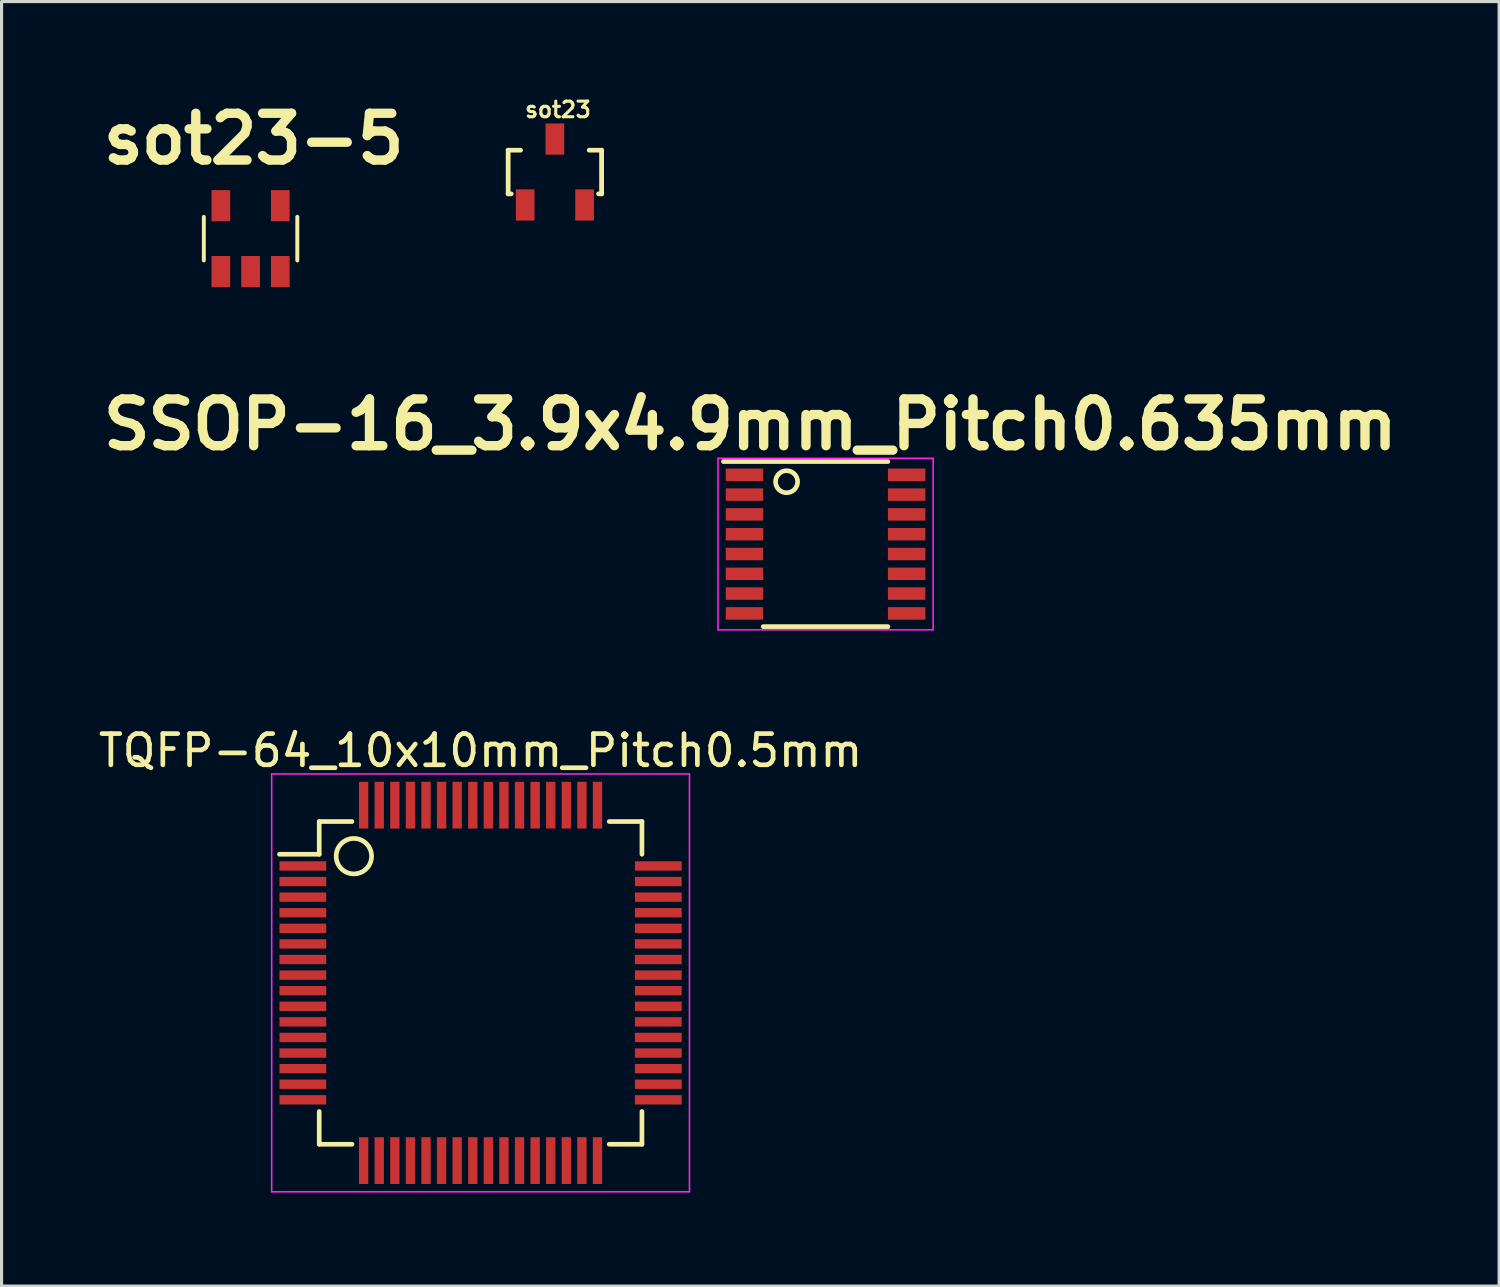
<source format=kicad_pcb>
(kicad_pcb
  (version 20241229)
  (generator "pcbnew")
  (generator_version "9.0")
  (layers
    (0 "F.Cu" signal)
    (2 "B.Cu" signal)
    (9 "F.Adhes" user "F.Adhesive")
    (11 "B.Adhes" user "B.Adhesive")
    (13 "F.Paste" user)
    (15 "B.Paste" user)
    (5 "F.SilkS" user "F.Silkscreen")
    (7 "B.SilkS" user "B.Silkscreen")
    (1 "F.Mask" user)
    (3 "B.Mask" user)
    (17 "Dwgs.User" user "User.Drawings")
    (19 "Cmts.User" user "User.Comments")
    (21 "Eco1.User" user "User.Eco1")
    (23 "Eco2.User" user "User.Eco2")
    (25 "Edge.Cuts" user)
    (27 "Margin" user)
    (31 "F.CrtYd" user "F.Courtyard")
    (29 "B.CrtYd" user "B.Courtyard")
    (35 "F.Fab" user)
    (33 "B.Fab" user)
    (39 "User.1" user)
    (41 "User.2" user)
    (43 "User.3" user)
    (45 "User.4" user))
  (footprint "TQFP-64_10x10mm_Pitch0.5mm"
    (layer "F.Cu")
    (at 12.363 28.473)
    (property "Reference" "TQFP-64_10x10mm_Pitch0.5mm" (at 0 -7.45 0) (layer "F.SilkS") (effects (font (size 1 1) (thickness 0.15))))
    (attr smd)
    (fp_line (start -5.175 -5.175) (end -5.175 -4.125) (stroke (width 0.15) (type solid)) (layer "F.SilkS"))
    (fp_line (start -5.175 -5.175) (end -4.125 -5.175) (stroke (width 0.15) (type solid)) (layer "F.SilkS"))
    (fp_line (start -5.175 -4.125) (end -6.45 -4.125) (stroke (width 0.15) (type solid)) (layer "F.SilkS"))
    (fp_line (start -5.175 5.175) (end -5.175 4.125) (stroke (width 0.15) (type solid)) (layer "F.SilkS"))
    (fp_line (start -5.175 5.175) (end -4.125 5.175) (stroke (width 0.15) (type solid)) (layer "F.SilkS"))
    (fp_line (start 5.175 -5.175) (end 4.125 -5.175) (stroke (width 0.15) (type solid)) (layer "F.SilkS"))
    (fp_line (start 5.175 -5.175) (end 5.175 -4.125) (stroke (width 0.15) (type solid)) (layer "F.SilkS"))
    (fp_line (start 5.175 5.175) (end 4.125 5.175) (stroke (width 0.15) (type solid)) (layer "F.SilkS"))
    (fp_line (start 5.175 5.175) (end 5.175 4.125) (stroke (width 0.15) (type solid)) (layer "F.SilkS"))
    (fp_circle (center -4.064 -4.064) (end -3.556 -3.81) (stroke (width 0.15) (type solid)) (fill no) (layer "F.SilkS"))
    (fp_line (start -6.7 -6.7) (end -6.7 6.7) (stroke (width 0.05) (type solid)) (layer "F.CrtYd"))
    (fp_line (start -6.7 -6.7) (end 6.7 -6.7) (stroke (width 0.05) (type solid)) (layer "F.CrtYd"))
    (fp_line (start -6.7 6.7) (end 6.7 6.7) (stroke (width 0.05) (type solid)) (layer "F.CrtYd"))
    (fp_line (start 6.7 -6.7) (end 6.7 6.7) (stroke (width 0.05) (type solid)) (layer "F.CrtYd"))
    (pad "1" smd rect (at -5.7 -3.75) (size 1.5 0.3) (layers "F.Cu" "F.Mask" "F.Paste"))
    (pad "2" smd rect (at -5.7 -3.25) (size 1.5 0.3) (layers "F.Cu" "F.Mask" "F.Paste"))
    (pad "3" smd rect (at -5.7 -2.75) (size 1.5 0.3) (layers "F.Cu" "F.Mask" "F.Paste"))
    (pad "4" smd rect (at -5.7 -2.25) (size 1.5 0.3) (layers "F.Cu" "F.Mask" "F.Paste"))
    (pad "5" smd rect (at -5.7 -1.75) (size 1.5 0.3) (layers "F.Cu" "F.Mask" "F.Paste"))
    (pad "6" smd rect (at -5.7 -1.25) (size 1.5 0.3) (layers "F.Cu" "F.Mask" "F.Paste"))
    (pad "7" smd rect (at -5.7 -0.75) (size 1.5 0.3) (layers "F.Cu" "F.Mask" "F.Paste"))
    (pad "8" smd rect (at -5.7 -0.25) (size 1.5 0.3) (layers "F.Cu" "F.Mask" "F.Paste"))
    (pad "9" smd rect (at -5.7 0.25) (size 1.5 0.3) (layers "F.Cu" "F.Mask" "F.Paste"))
    (pad "10" smd rect (at -5.7 0.75) (size 1.5 0.3) (layers "F.Cu" "F.Mask" "F.Paste"))
    (pad "11" smd rect (at -5.7 1.25) (size 1.5 0.3) (layers "F.Cu" "F.Mask" "F.Paste"))
    (pad "12" smd rect (at -5.7 1.75) (size 1.5 0.3) (layers "F.Cu" "F.Mask" "F.Paste"))
    (pad "13" smd rect (at -5.7 2.25) (size 1.5 0.3) (layers "F.Cu" "F.Mask" "F.Paste"))
    (pad "14" smd rect (at -5.7 2.75) (size 1.5 0.3) (layers "F.Cu" "F.Mask" "F.Paste"))
    (pad "15" smd rect (at -5.7 3.25) (size 1.5 0.3) (layers "F.Cu" "F.Mask" "F.Paste"))
    (pad "16" smd rect (at -5.7 3.75) (size 1.5 0.3) (layers "F.Cu" "F.Mask" "F.Paste"))
    (pad "17" smd rect (at -3.75 5.7 90) (size 1.5 0.3) (layers "F.Cu" "F.Mask" "F.Paste"))
    (pad "18" smd rect (at -3.25 5.7 90) (size 1.5 0.3) (layers "F.Cu" "F.Mask" "F.Paste"))
    (pad "19" smd rect (at -2.75 5.7 90) (size 1.5 0.3) (layers "F.Cu" "F.Mask" "F.Paste"))
    (pad "20" smd rect (at -2.25 5.7 90) (size 1.5 0.3) (layers "F.Cu" "F.Mask" "F.Paste"))
    (pad "21" smd rect (at -1.75 5.7 90) (size 1.5 0.3) (layers "F.Cu" "F.Mask" "F.Paste"))
    (pad "22" smd rect (at -1.25 5.7 90) (size 1.5 0.3) (layers "F.Cu" "F.Mask" "F.Paste"))
    (pad "23" smd rect (at -0.75 5.7 90) (size 1.5 0.3) (layers "F.Cu" "F.Mask" "F.Paste"))
    (pad "24" smd rect (at -0.25 5.7 90) (size 1.5 0.3) (layers "F.Cu" "F.Mask" "F.Paste"))
    (pad "25" smd rect (at 0.25 5.7 90) (size 1.5 0.3) (layers "F.Cu" "F.Mask" "F.Paste"))
    (pad "26" smd rect (at 0.75 5.7 90) (size 1.5 0.3) (layers "F.Cu" "F.Mask" "F.Paste"))
    (pad "27" smd rect (at 1.25 5.7 90) (size 1.5 0.3) (layers "F.Cu" "F.Mask" "F.Paste"))
    (pad "28" smd rect (at 1.75 5.7 90) (size 1.5 0.3) (layers "F.Cu" "F.Mask" "F.Paste"))
    (pad "29" smd rect (at 2.25 5.7 90) (size 1.5 0.3) (layers "F.Cu" "F.Mask" "F.Paste"))
    (pad "30" smd rect (at 2.75 5.7 90) (size 1.5 0.3) (layers "F.Cu" "F.Mask" "F.Paste"))
    (pad "31" smd rect (at 3.25 5.7 90) (size 1.5 0.3) (layers "F.Cu" "F.Mask" "F.Paste"))
    (pad "32" smd rect (at 3.75 5.7 90) (size 1.5 0.3) (layers "F.Cu" "F.Mask" "F.Paste"))
    (pad "33" smd rect (at 5.7 3.75) (size 1.5 0.3) (layers "F.Cu" "F.Mask" "F.Paste"))
    (pad "34" smd rect (at 5.7 3.25) (size 1.5 0.3) (layers "F.Cu" "F.Mask" "F.Paste"))
    (pad "35" smd rect (at 5.7 2.75) (size 1.5 0.3) (layers "F.Cu" "F.Mask" "F.Paste"))
    (pad "36" smd rect (at 5.7 2.25) (size 1.5 0.3) (layers "F.Cu" "F.Mask" "F.Paste"))
    (pad "37" smd rect (at 5.7 1.75) (size 1.5 0.3) (layers "F.Cu" "F.Mask" "F.Paste"))
    (pad "38" smd rect (at 5.7 1.25) (size 1.5 0.3) (layers "F.Cu" "F.Mask" "F.Paste"))
    (pad "39" smd rect (at 5.7 0.75) (size 1.5 0.3) (layers "F.Cu" "F.Mask" "F.Paste"))
    (pad "40" smd rect (at 5.7 0.25) (size 1.5 0.3) (layers "F.Cu" "F.Mask" "F.Paste"))
    (pad "41" smd rect (at 5.7 -0.25) (size 1.5 0.3) (layers "F.Cu" "F.Mask" "F.Paste"))
    (pad "42" smd rect (at 5.7 -0.75) (size 1.5 0.3) (layers "F.Cu" "F.Mask" "F.Paste"))
    (pad "43" smd rect (at 5.7 -1.25) (size 1.5 0.3) (layers "F.Cu" "F.Mask" "F.Paste"))
    (pad "44" smd rect (at 5.7 -1.75) (size 1.5 0.3) (layers "F.Cu" "F.Mask" "F.Paste"))
    (pad "45" smd rect (at 5.7 -2.25) (size 1.5 0.3) (layers "F.Cu" "F.Mask" "F.Paste"))
    (pad "46" smd rect (at 5.7 -2.75) (size 1.5 0.3) (layers "F.Cu" "F.Mask" "F.Paste"))
    (pad "47" smd rect (at 5.7 -3.25) (size 1.5 0.3) (layers "F.Cu" "F.Mask" "F.Paste"))
    (pad "48" smd rect (at 5.7 -3.75) (size 1.5 0.3) (layers "F.Cu" "F.Mask" "F.Paste"))
    (pad "49" smd rect (at 3.75 -5.7 90) (size 1.5 0.3) (layers "F.Cu" "F.Mask" "F.Paste"))
    (pad "50" smd rect (at 3.25 -5.7 90) (size 1.5 0.3) (layers "F.Cu" "F.Mask" "F.Paste"))
    (pad "51" smd rect (at 2.75 -5.7 90) (size 1.5 0.3) (layers "F.Cu" "F.Mask" "F.Paste"))
    (pad "52" smd rect (at 2.25 -5.7 90) (size 1.5 0.3) (layers "F.Cu" "F.Mask" "F.Paste"))
    (pad "53" smd rect (at 1.75 -5.7 90) (size 1.5 0.3) (layers "F.Cu" "F.Mask" "F.Paste"))
    (pad "54" smd rect (at 1.25 -5.7 90) (size 1.5 0.3) (layers "F.Cu" "F.Mask" "F.Paste"))
    (pad "55" smd rect (at 0.75 -5.7 90) (size 1.5 0.3) (layers "F.Cu" "F.Mask" "F.Paste"))
    (pad "56" smd rect (at 0.25 -5.7 90) (size 1.5 0.3) (layers "F.Cu" "F.Mask" "F.Paste"))
    (pad "57" smd rect (at -0.25 -5.7 90) (size 1.5 0.3) (layers "F.Cu" "F.Mask" "F.Paste"))
    (pad "58" smd rect (at -0.75 -5.7 90) (size 1.5 0.3) (layers "F.Cu" "F.Mask" "F.Paste"))
    (pad "59" smd rect (at -1.25 -5.7 90) (size 1.5 0.3) (layers "F.Cu" "F.Mask" "F.Paste"))
    (pad "60" smd rect (at -1.75 -5.7 90) (size 1.5 0.3) (layers "F.Cu" "F.Mask" "F.Paste"))
    (pad "61" smd rect (at -2.25 -5.7 90) (size 1.5 0.3) (layers "F.Cu" "F.Mask" "F.Paste"))
    (pad "62" smd rect (at -2.75 -5.7 90) (size 1.5 0.3) (layers "F.Cu" "F.Mask" "F.Paste"))
    (pad "63" smd rect (at -3.25 -5.7 90) (size 1.5 0.3) (layers "F.Cu" "F.Mask" "F.Paste"))
    (pad "64" smd rect (at -3.75 -5.7 90) (size 1.5 0.3) (layers "F.Cu" "F.Mask" "F.Paste")))
  (footprint "sot23"
    (layer "F.Cu")
    (at 14.746 2.467)
    (property "Reference" "sot23" (at 0.1 -2 0) (layer "F.SilkS") (effects (font (size 0.5 0.5) (thickness 0.099))))
    (attr through_hole)
    (fp_line (start -1.5 -0.7) (end -1.5 0.7) (stroke (width 0.15) (type solid)) (layer "F.SilkS"))
    (fp_line (start -1.5 -0.7) (end -1.1 -0.7) (stroke (width 0.15) (type solid)) (layer "F.SilkS"))
    (fp_line (start -1.5 0.7) (end -1.4 0.7) (stroke (width 0.15) (type solid)) (layer "F.SilkS"))
    (fp_line (start -1.499 0.699) (end -1.499 -0.699) (stroke (width 0.127) (type solid)) (layer "F.SilkS"))
    (fp_line (start 1.499 -0.699) (end 1.499 0.699) (stroke (width 0.127) (type solid)) (layer "F.SilkS"))
    (fp_line (start 1.5 -0.7) (end 1.1 -0.7) (stroke (width 0.15) (type solid)) (layer "F.SilkS"))
    (fp_line (start 1.5 -0.7) (end 1.5 0.7) (stroke (width 0.15) (type solid)) (layer "F.SilkS"))
    (fp_line (start 1.5 0.7) (end 1.4 0.7) (stroke (width 0.15) (type solid)) (layer "F.SilkS"))
    (pad "1" smd rect (at -0.953 1.057) (size 0.599 1.001) (layers "F.Cu" "F.Mask" "F.Paste"))
    (pad "2" smd rect (at 0.953 1.057) (size 0.599 1.001) (layers "F.Cu" "F.Mask" "F.Paste"))
    (pad "3" smd rect (at 0 -1.057) (size 0.599 1.001) (layers "F.Cu" "F.Mask" "F.Paste")))
  (footprint "sot23-5"
    (layer "F.Cu")
    (at 4.986 4.604)
    (property "Reference" "sot23-5" (at 0.1 -3.2 0) (layer "F.SilkS") (effects (font (size 1.5 1.5) (thickness 0.3))))
    (attr through_hole)
    (fp_line (start -1.499 0.699) (end -1.499 -0.699) (stroke (width 0.127) (type solid)) (layer "F.SilkS"))
    (fp_line (start 1.499 -0.699) (end 1.499 0.699) (stroke (width 0.127) (type solid)) (layer "F.SilkS"))
    (pad "1" smd rect (at -0.953 1.057) (size 0.599 1.001) (layers "F.Cu" "F.Mask" "F.Paste"))
    (pad "2" smd rect (at 0 1.057) (size 0.599 1.001) (layers "F.Cu" "F.Mask" "F.Paste"))
    (pad "3" smd rect (at 0.953 1.057) (size 0.599 1.001) (layers "F.Cu" "F.Mask" "F.Paste"))
    (pad "4" smd rect (at 0.953 -1.057) (size 0.599 1.001) (layers "F.Cu" "F.Mask" "F.Paste"))
    (pad "5" smd rect (at -0.953 -1.057) (size 0.599 1.001) (layers "F.Cu" "F.Mask" "F.Paste")))
  (footprint "SSOP-16_3.9x4.9mm_Pitch0.635mm"
    (layer "F.Cu")
    (at 23.427 14.4)
    (property "Reference" "SSOP-16_3.9x4.9mm_Pitch0.635mm" (at -2.413 -3.834 0) (layer "F.SilkS") (effects (font (size 1.5 1.5) (thickness 0.3))))
    (attr smd)
    (fp_line (start -3.275 -2.647) (end 2 -2.647) (stroke (width 0.15) (type solid)) (layer "F.SilkS"))
    (fp_line (start -2 2.647) (end 2 2.647) (stroke (width 0.15) (type solid)) (layer "F.SilkS"))
    (fp_circle (center -1.25 -2) (end -1 -1.75) (stroke (width 0.15) (type solid)) (fill no) (layer "F.SilkS"))
    (fp_line (start -3.45 -2.75) (end -3.45 2.75) (stroke (width 0.05) (type solid)) (layer "F.CrtYd"))
    (fp_line (start -3.45 -2.75) (end 3.45 -2.75) (stroke (width 0.05) (type solid)) (layer "F.CrtYd"))
    (fp_line (start -3.45 2.75) (end 3.45 2.75) (stroke (width 0.05) (type solid)) (layer "F.CrtYd"))
    (fp_line (start 3.45 -2.75) (end 3.45 2.75) (stroke (width 0.05) (type solid)) (layer "F.CrtYd"))
    (pad "1" smd rect (at -2.6 -2.223) (size 1.2 0.4) (layers "F.Cu" "F.Mask" "F.Paste"))
    (pad "2" smd rect (at -2.6 -1.587) (size 1.2 0.4) (layers "F.Cu" "F.Mask" "F.Paste"))
    (pad "3" smd rect (at -2.6 -0.953) (size 1.2 0.4) (layers "F.Cu" "F.Mask" "F.Paste"))
    (pad "4" smd rect (at -2.6 -0.318) (size 1.2 0.4) (layers "F.Cu" "F.Mask" "F.Paste"))
    (pad "5" smd rect (at -2.6 0.318) (size 1.2 0.4) (layers "F.Cu" "F.Mask" "F.Paste"))
    (pad "6" smd rect (at -2.6 0.953) (size 1.2 0.4) (layers "F.Cu" "F.Mask" "F.Paste"))
    (pad "7" smd rect (at -2.6 1.587) (size 1.2 0.4) (layers "F.Cu" "F.Mask" "F.Paste"))
    (pad "8" smd rect (at -2.6 2.223) (size 1.2 0.4) (layers "F.Cu" "F.Mask" "F.Paste"))
    (pad "9" smd rect (at 2.6 2.223) (size 1.2 0.4) (layers "F.Cu" "F.Mask" "F.Paste"))
    (pad "10" smd rect (at 2.6 1.587) (size 1.2 0.4) (layers "F.Cu" "F.Mask" "F.Paste"))
    (pad "11" smd rect (at 2.6 0.953) (size 1.2 0.4) (layers "F.Cu" "F.Mask" "F.Paste"))
    (pad "12" smd rect (at 2.6 0.318) (size 1.2 0.4) (layers "F.Cu" "F.Mask" "F.Paste"))
    (pad "13" smd rect (at 2.6 -0.318) (size 1.2 0.4) (layers "F.Cu" "F.Mask" "F.Paste"))
    (pad "14" smd rect (at 2.6 -0.953) (size 1.2 0.4) (layers "F.Cu" "F.Mask" "F.Paste"))
    (pad "15" smd rect (at 2.6 -1.587) (size 1.2 0.4) (layers "F.Cu" "F.Mask" "F.Paste"))
    (pad "16" smd rect (at 2.6 -2.223) (size 1.2 0.4) (layers "F.Cu" "F.Mask" "F.Paste")))
  (gr_rect
    (start -3 -3)
    (end 45.029 38.198)
    (stroke (width 0.1) (type default))
    (fill no)
    (layer "Edge.Cuts")))
</source>
